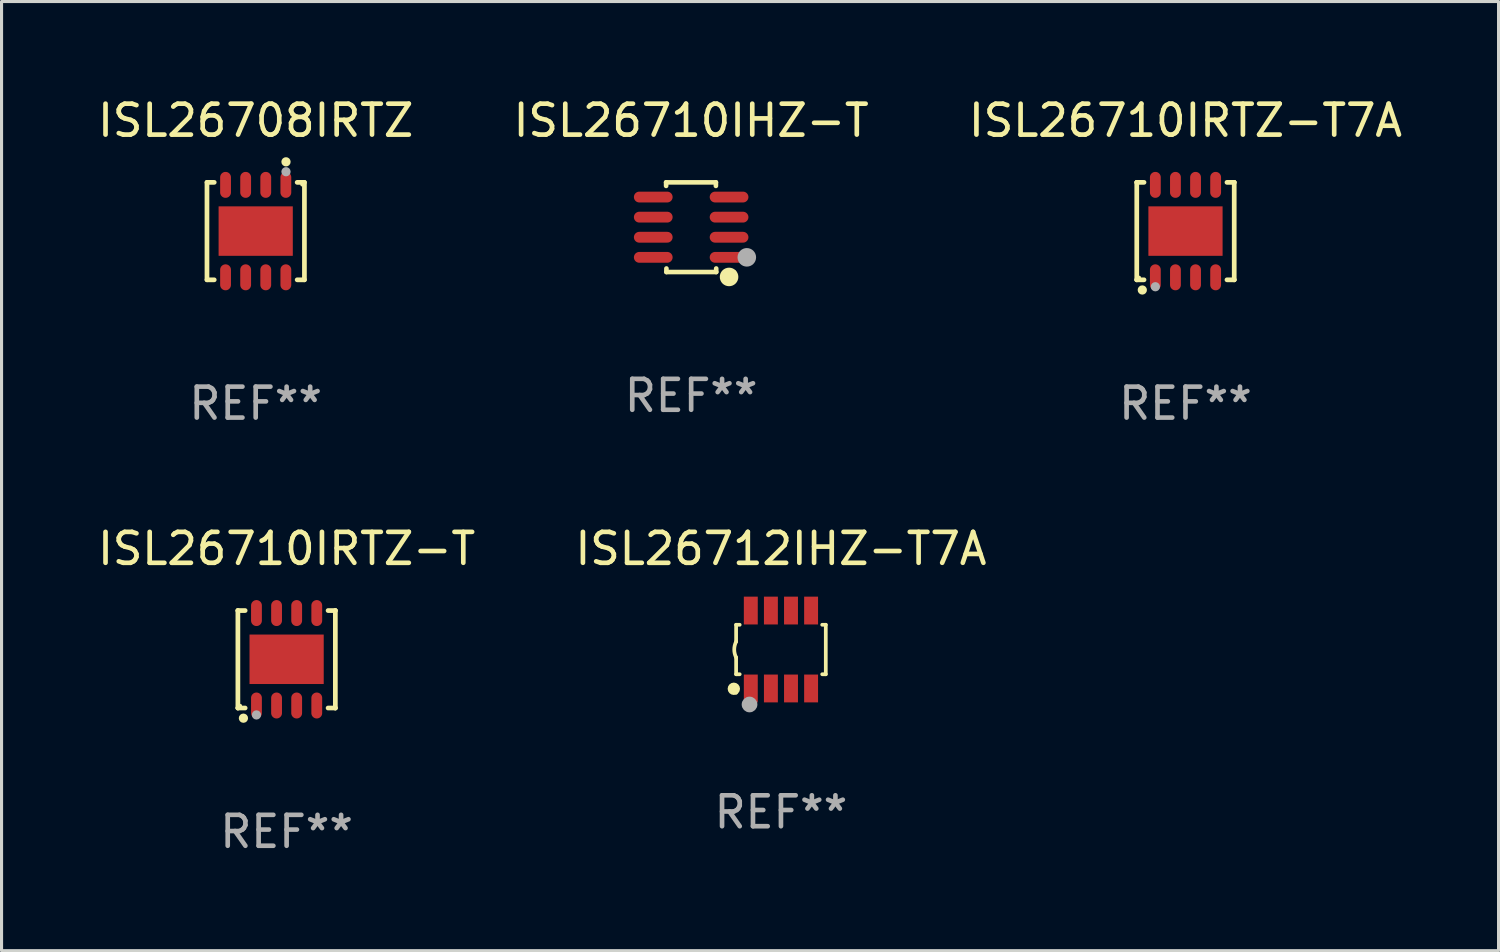
<source format=kicad_pcb>
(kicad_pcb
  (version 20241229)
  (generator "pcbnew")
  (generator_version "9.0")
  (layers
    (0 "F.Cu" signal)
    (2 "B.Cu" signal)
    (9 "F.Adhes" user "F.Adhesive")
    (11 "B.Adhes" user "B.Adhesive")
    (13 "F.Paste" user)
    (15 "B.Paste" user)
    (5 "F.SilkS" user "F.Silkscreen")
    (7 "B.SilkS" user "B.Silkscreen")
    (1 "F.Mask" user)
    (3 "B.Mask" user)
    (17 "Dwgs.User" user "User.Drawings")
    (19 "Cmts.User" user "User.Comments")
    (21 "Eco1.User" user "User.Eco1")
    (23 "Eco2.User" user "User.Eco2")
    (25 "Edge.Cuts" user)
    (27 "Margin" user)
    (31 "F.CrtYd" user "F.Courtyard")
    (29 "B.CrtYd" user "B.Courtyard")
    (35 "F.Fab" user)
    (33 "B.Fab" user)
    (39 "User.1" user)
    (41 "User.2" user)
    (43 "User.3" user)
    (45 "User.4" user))
  (footprint "ISL26710IRTZ-T7A"
    (layer "F.Cu")
    (at 35.292 4.424)
    (property "Reference" "ISL26710IRTZ-T7A" (at 0 -3.576 0) (layer "F.SilkS") (effects (font (size 1 1) (thickness 0.15))))
    (attr through_hole)
    (fp_line (start -1.576 -1.576) (end -1.576 -1.576) (stroke (width 0.152) (type solid)) (layer "F.SilkS"))
    (fp_line (start -1.576 -1.576) (end -1.341 -1.576) (stroke (width 0.152) (type solid)) (layer "F.SilkS"))
    (fp_line (start -1.576 1.576) (end -1.576 -1.576) (stroke (width 0.152) (type solid)) (layer "F.SilkS"))
    (fp_line (start -1.576 1.576) (end -1.576 1.576) (stroke (width 0.152) (type solid)) (layer "F.SilkS"))
    (fp_line (start -1.341 1.576) (end -1.576 1.576) (stroke (width 0.152) (type solid)) (layer "F.SilkS"))
    (fp_line (start 1.341 1.576) (end 1.576 1.576) (stroke (width 0.152) (type solid)) (layer "F.SilkS"))
    (fp_line (start 1.576 -1.576) (end 1.341 -1.576) (stroke (width 0.152) (type solid)) (layer "F.SilkS"))
    (fp_line (start 1.576 -1.576) (end 1.576 -1.576) (stroke (width 0.152) (type solid)) (layer "F.SilkS"))
    (fp_line (start 1.576 1.576) (end 1.576 -1.576) (stroke (width 0.152) (type solid)) (layer "F.SilkS"))
    (fp_line (start 1.576 1.576) (end 1.576 1.576) (stroke (width 0.152) (type solid)) (layer "F.SilkS"))
    (fp_circle (center -1.5 1.5) (end -1.47 1.5) (stroke (width 0.06) (type solid)) (fill no) (layer "F.SilkS"))
    (fp_circle (center -1.397 1.905) (end -1.322 1.905) (stroke (width 0.15) (type solid)) (fill no) (layer "F.SilkS"))
    (fp_circle (center -0.975 1.8) (end -0.9 1.8) (stroke (width 0.15) (type solid)) (fill no) (layer "F.Fab"))
    (fp_text user "REF**" (at 0 5.576 0) (layer "F.Fab") (effects (font (size 1 1) (thickness 0.15))))
    (pad "1" smd oval (at -0.975 1.495) (size 0.35 0.84) (layers "F.Cu" "F.Mask" "F.Paste"))
    (pad "2" smd oval (at -0.325 1.495) (size 0.35 0.84) (layers "F.Cu" "F.Mask" "F.Paste"))
    (pad "3" smd oval (at 0.325 1.495) (size 0.35 0.84) (layers "F.Cu" "F.Mask" "F.Paste"))
    (pad "4" smd oval (at 0.975 1.495) (size 0.35 0.84) (layers "F.Cu" "F.Mask" "F.Paste"))
    (pad "5" smd oval (at 0.975 -1.495) (size 0.35 0.84) (layers "F.Cu" "F.Mask" "F.Paste"))
    (pad "6" smd oval (at 0.325 -1.495) (size 0.35 0.84) (layers "F.Cu" "F.Mask" "F.Paste"))
    (pad "7" smd oval (at -0.325 -1.495) (size 0.35 0.84) (layers "F.Cu" "F.Mask" "F.Paste"))
    (pad "8" smd oval (at -0.975 -1.495) (size 0.35 0.84) (layers "F.Cu" "F.Mask" "F.Paste"))
    (pad "9" smd rect (at 0 0) (size 2.4 1.6) (layers "F.Cu" "F.Mask" "F.Paste")))
  (footprint "ISL26710IHZ-T"
    (layer "F.Cu")
    (at 19.304 4.298)
    (property "Reference" "ISL26710IHZ-T" (at 0 -3.45 0) (layer "F.SilkS") (effects (font (size 1 1) (thickness 0.15))))
    (attr through_hole)
    (fp_line (start -0.81 -1.45) (end 0.8 -1.45) (stroke (width 0.15) (type solid)) (layer "F.SilkS"))
    (fp_line (start -0.81 -1.336) (end -0.81 -1.45) (stroke (width 0.15) (type solid)) (layer "F.SilkS"))
    (fp_line (start -0.8 1.45) (end -0.8 1.336) (stroke (width 0.15) (type solid)) (layer "F.SilkS"))
    (fp_line (start 0.8 -1.45) (end 0.8 -1.336) (stroke (width 0.15) (type solid)) (layer "F.SilkS"))
    (fp_line (start 0.81 1.336) (end 0.81 1.45) (stroke (width 0.15) (type solid)) (layer "F.SilkS"))
    (fp_line (start 0.81 1.45) (end -0.8 1.45) (stroke (width 0.15) (type solid)) (layer "F.SilkS"))
    (fp_circle (center 1.226 1.609) (end 1.376 1.609) (stroke (width 0.3) (type solid)) (fill no) (layer "F.SilkS"))
    (fp_circle (center 1.4 1.45) (end 1.43 1.45) (stroke (width 0.06) (type solid)) (fill no) (layer "F.SilkS"))
    (fp_circle (center 1.8 0.975) (end 1.95 0.975) (stroke (width 0.3) (type solid)) (fill no) (layer "F.Fab"))
    (fp_text user "REF**" (at 0 5.45 0) (layer "F.Fab") (effects (font (size 1 1) (thickness 0.15))))
    (pad "1" smd oval (at 1.226 0.975) (size 1.252 0.35) (layers "F.Cu" "F.Mask" "F.Paste"))
    (pad "2" smd oval (at 1.226 0.325) (size 1.252 0.35) (layers "F.Cu" "F.Mask" "F.Paste"))
    (pad "3" smd oval (at 1.226 -0.325) (size 1.252 0.35) (layers "F.Cu" "F.Mask" "F.Paste"))
    (pad "4" smd oval (at 1.226 -0.975) (size 1.252 0.35) (layers "F.Cu" "F.Mask" "F.Paste"))
    (pad "5" smd oval (at -1.226 -0.975) (size 1.252 0.35) (layers "F.Cu" "F.Mask" "F.Paste"))
    (pad "6" smd oval (at -1.226 -0.325) (size 1.252 0.35) (layers "F.Cu" "F.Mask" "F.Paste"))
    (pad "7" smd oval (at -1.226 0.325) (size 1.252 0.35) (layers "F.Cu" "F.Mask" "F.Paste"))
    (pad "8" smd oval (at -1.226 0.975) (size 1.252 0.35) (layers "F.Cu" "F.Mask" "F.Paste")))
  (footprint "ISL26712IHZ-T7A"
    (layer "F.Cu")
    (at 22.208 17.957)
    (property "Reference" "ISL26712IHZ-T7A" (at 0 -3.26 0) (layer "F.SilkS") (effects (font (size 1 1) (thickness 0.15))))
    (attr through_hole)
    (fp_line (start -1.45 -0.8) (end -1.45 -0.254) (stroke (width 0.12) (type solid)) (layer "F.SilkS"))
    (fp_line (start -1.45 -0.8) (end -1.334 -0.8) (stroke (width 0.12) (type solid)) (layer "F.SilkS"))
    (fp_line (start -1.45 0.8) (end -1.45 0.254) (stroke (width 0.12) (type solid)) (layer "F.SilkS"))
    (fp_line (start -1.45 0.8) (end -1.334 0.8) (stroke (width 0.12) (type solid)) (layer "F.SilkS"))
    (fp_line (start 1.334 -0.8) (end 1.45 -0.8) (stroke (width 0.12) (type solid)) (layer "F.SilkS"))
    (fp_line (start 1.334 0.8) (end 1.45 0.8) (stroke (width 0.12) (type solid)) (layer "F.SilkS"))
    (fp_line (start 1.45 0.8) (end 1.45 -0.8) (stroke (width 0.12) (type solid)) (layer "F.SilkS"))
    (fp_arc (start -1.45075 0.255144) (mid -1.510605 0.000434) (end -1.450013 -0.254102) (stroke (width 0.11999) (type solid)) (layer "F.SilkS"))
    (fp_circle (center -1.524 1.27) (end -1.424 1.27) (stroke (width 0.2) (type solid)) (fill no) (layer "F.SilkS"))
    (fp_circle (center -1.45 1.4) (end -1.42 1.4) (stroke (width 0.06) (type solid)) (fill no) (layer "F.SilkS"))
    (fp_circle (center -1.016 1.778) (end -0.889 1.778) (stroke (width 0.254) (type solid)) (fill no) (layer "F.Fab"))
    (fp_text user "REF**" (at 0 5.26 0) (layer "F.Fab") (effects (font (size 1 1) (thickness 0.15))))
    (pad "1" smd rect (at -0.975 1.26) (size 0.45 0.9) (layers "F.Cu" "F.Mask" "F.Paste"))
    (pad "2" smd rect (at -0.325 1.26) (size 0.45 0.9) (layers "F.Cu" "F.Mask" "F.Paste"))
    (pad "3" smd rect (at 0.325 1.26) (size 0.45 0.9) (layers "F.Cu" "F.Mask" "F.Paste"))
    (pad "4" smd rect (at 0.975 1.26) (size 0.45 0.9) (layers "F.Cu" "F.Mask" "F.Paste"))
    (pad "5" smd rect (at 0.975 -1.26) (size 0.45 0.9) (layers "F.Cu" "F.Mask" "F.Paste"))
    (pad "6" smd rect (at 0.325 -1.26) (size 0.45 0.9) (layers "F.Cu" "F.Mask" "F.Paste"))
    (pad "7" smd rect (at -0.325 -1.26) (size 0.45 0.9) (layers "F.Cu" "F.Mask" "F.Paste"))
    (pad "8" smd rect (at -0.975 -1.26) (size 0.45 0.9) (layers "F.Cu" "F.Mask" "F.Paste")))
  (footprint "ISL26710IRTZ-T"
    (layer "F.Cu")
    (at 6.22 18.273)
    (property "Reference" "ISL26710IRTZ-T" (at 0 -3.576 0) (layer "F.SilkS") (effects (font (size 1 1) (thickness 0.15))))
    (attr through_hole)
    (fp_line (start -1.576 -1.576) (end -1.576 -1.576) (stroke (width 0.152) (type solid)) (layer "F.SilkS"))
    (fp_line (start -1.576 -1.576) (end -1.341 -1.576) (stroke (width 0.152) (type solid)) (layer "F.SilkS"))
    (fp_line (start -1.576 1.576) (end -1.576 -1.576) (stroke (width 0.152) (type solid)) (layer "F.SilkS"))
    (fp_line (start -1.576 1.576) (end -1.576 1.576) (stroke (width 0.152) (type solid)) (layer "F.SilkS"))
    (fp_line (start -1.341 1.576) (end -1.576 1.576) (stroke (width 0.152) (type solid)) (layer "F.SilkS"))
    (fp_line (start 1.341 1.576) (end 1.576 1.576) (stroke (width 0.152) (type solid)) (layer "F.SilkS"))
    (fp_line (start 1.576 -1.576) (end 1.341 -1.576) (stroke (width 0.152) (type solid)) (layer "F.SilkS"))
    (fp_line (start 1.576 -1.576) (end 1.576 -1.576) (stroke (width 0.152) (type solid)) (layer "F.SilkS"))
    (fp_line (start 1.576 1.576) (end 1.576 -1.576) (stroke (width 0.152) (type solid)) (layer "F.SilkS"))
    (fp_line (start 1.576 1.576) (end 1.576 1.576) (stroke (width 0.152) (type solid)) (layer "F.SilkS"))
    (fp_circle (center -1.5 1.5) (end -1.47 1.5) (stroke (width 0.06) (type solid)) (fill no) (layer "F.SilkS"))
    (fp_circle (center -1.397 1.905) (end -1.322 1.905) (stroke (width 0.15) (type solid)) (fill no) (layer "F.SilkS"))
    (fp_circle (center -0.975 1.8) (end -0.9 1.8) (stroke (width 0.15) (type solid)) (fill no) (layer "F.Fab"))
    (fp_text user "REF**" (at 0 5.576 0) (layer "F.Fab") (effects (font (size 1 1) (thickness 0.15))))
    (pad "1" smd oval (at -0.975 1.495) (size 0.35 0.84) (layers "F.Cu" "F.Mask" "F.Paste"))
    (pad "2" smd oval (at -0.325 1.495) (size 0.35 0.84) (layers "F.Cu" "F.Mask" "F.Paste"))
    (pad "3" smd oval (at 0.325 1.495) (size 0.35 0.84) (layers "F.Cu" "F.Mask" "F.Paste"))
    (pad "4" smd oval (at 0.975 1.495) (size 0.35 0.84) (layers "F.Cu" "F.Mask" "F.Paste"))
    (pad "5" smd oval (at 0.975 -1.495) (size 0.35 0.84) (layers "F.Cu" "F.Mask" "F.Paste"))
    (pad "6" smd oval (at 0.325 -1.495) (size 0.35 0.84) (layers "F.Cu" "F.Mask" "F.Paste"))
    (pad "7" smd oval (at -0.325 -1.495) (size 0.35 0.84) (layers "F.Cu" "F.Mask" "F.Paste"))
    (pad "8" smd oval (at -0.975 -1.495) (size 0.35 0.84) (layers "F.Cu" "F.Mask" "F.Paste"))
    (pad "9" smd rect (at 0 0) (size 2.4 1.6) (layers "F.Cu" "F.Mask" "F.Paste")))
  (footprint "ISL26708IRTZ"
    (layer "F.Cu")
    (at 5.22 4.424)
    (property "Reference" "ISL26708IRTZ" (at 0 -3.576 0) (layer "F.SilkS") (effects (font (size 1 1) (thickness 0.15))))
    (attr through_hole)
    (fp_line (start -1.576 -1.576) (end -1.576 1.576) (stroke (width 0.152) (type solid)) (layer "F.SilkS"))
    (fp_line (start -1.576 1.576) (end -1.341 1.576) (stroke (width 0.152) (type solid)) (layer "F.SilkS"))
    (fp_line (start -1.341 -1.576) (end -1.576 -1.576) (stroke (width 0.152) (type solid)) (layer "F.SilkS"))
    (fp_line (start 1.341 -1.576) (end 1.576 -1.576) (stroke (width 0.152) (type solid)) (layer "F.SilkS"))
    (fp_line (start 1.576 -1.576) (end 1.576 1.576) (stroke (width 0.152) (type solid)) (layer "F.SilkS"))
    (fp_line (start 1.576 1.576) (end 1.341 1.576) (stroke (width 0.152) (type solid)) (layer "F.SilkS"))
    (fp_circle (center 0.98 -2.24) (end 1.055 -2.24) (stroke (width 0.15) (type solid)) (fill no) (layer "F.SilkS"))
    (fp_circle (center 1.5 -1.5) (end 1.53 -1.5) (stroke (width 0.06) (type solid)) (fill no) (layer "F.SilkS"))
    (fp_circle (center 0.98 -1.92) (end 1.055 -1.92) (stroke (width 0.15) (type solid)) (fill no) (layer "F.Fab"))
    (fp_text user "REF**" (at 0 5.576 0) (layer "F.Fab") (effects (font (size 1 1) (thickness 0.15))))
    (pad "1" smd oval (at 0.975 -1.495) (size 0.35 0.84) (layers "F.Cu" "F.Mask" "F.Paste"))
    (pad "2" smd oval (at 0.325 -1.495) (size 0.35 0.84) (layers "F.Cu" "F.Mask" "F.Paste"))
    (pad "3" smd oval (at -0.325 -1.495) (size 0.35 0.84) (layers "F.Cu" "F.Mask" "F.Paste"))
    (pad "4" smd oval (at -0.975 -1.495) (size 0.35 0.84) (layers "F.Cu" "F.Mask" "F.Paste"))
    (pad "5" smd oval (at -0.975 1.495) (size 0.35 0.84) (layers "F.Cu" "F.Mask" "F.Paste"))
    (pad "6" smd oval (at -0.325 1.495) (size 0.35 0.84) (layers "F.Cu" "F.Mask" "F.Paste"))
    (pad "7" smd oval (at 0.325 1.495) (size 0.35 0.84) (layers "F.Cu" "F.Mask" "F.Paste"))
    (pad "8" smd oval (at 0.975 1.495) (size 0.35 0.84) (layers "F.Cu" "F.Mask" "F.Paste"))
    (pad "9" smd rect (at 0 0) (size 2.4 1.6) (layers "F.Cu" "F.Mask" "F.Paste")))
  (gr_rect
    (start -3 -3)
    (end 45.417 27.698)
    (stroke (width 0.1) (type default))
    (fill no)
    (layer "Edge.Cuts")))
</source>
